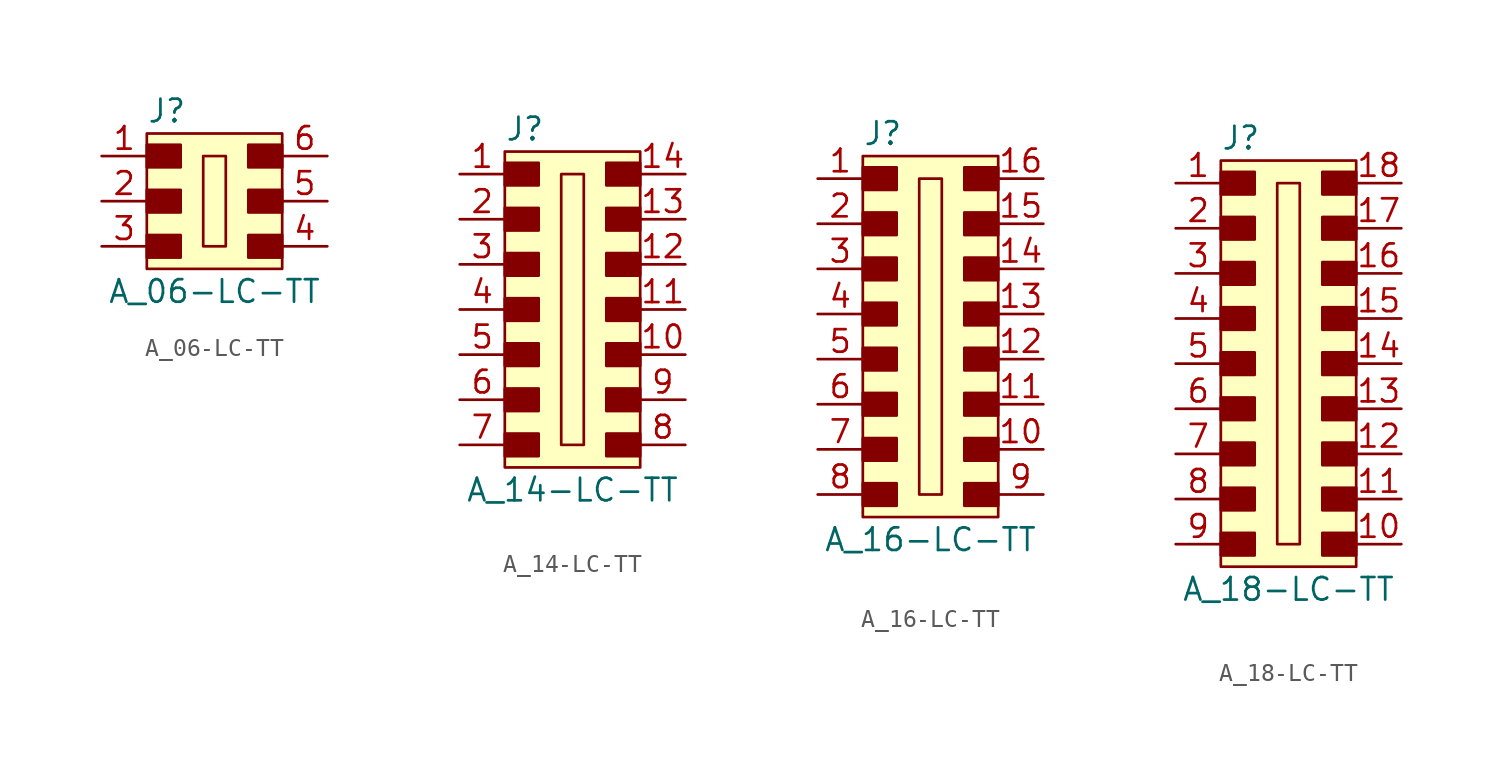
<source format=kicad_sym>
(kicad_symbol_lib
  (version 20220914)
  (generator kicad_symbol_editor)
  (symbol "A_06-LC-TT"
    (pin_names
      (offset 1.016))
    (property "Reference" "J"
      (at -3.81 5.08 0)
      (effects (font (size 1.27 1.27)) (justify left)))
    (property "Value" "A_06-LC-TT"
      (at 0 -5.08 0)
      (effects (font (size 1.27 1.27))))
    (symbol "A_06-LC-TT_1_1"
      (rectangle (start -3.81 -1.905) (end -1.905 -3.175) (stroke (width 0) (type default)) (fill (type outline)))
      (rectangle (start -3.81 0.635) (end -1.905 -0.635) (stroke (width 0) (type default)) (fill (type outline)))
      (rectangle (start -3.81 3.175) (end -1.905 1.905) (stroke (width 0) (type default)) (fill (type outline)))
      (rectangle (start -3.81 3.81) (end 3.81 -3.81) (stroke (width 0) (type default)) (fill (type background)))
      (rectangle (start -0.635 2.54) (end 0.635 -2.54) (stroke (width 0) (type default)) (fill (type none)))
      (rectangle (start 1.905 -1.905) (end 3.81 -3.175) (stroke (width 0) (type default)) (fill (type outline)))
      (rectangle (start 1.905 0.635) (end 3.81 -0.635) (stroke (width 0) (type default)) (fill (type outline)))
      (rectangle (start 1.905 3.175) (end 3.81 1.905) (stroke (width 0) (type default)) (fill (type outline)))
      (pin passive line (at -6.35 2.54 0) (length 2.54) (name "~" (effects (font (size 1.27 1.27)))) (number "1" (effects (font (size 1.27 1.27)))))
      (pin passive line (at -6.35 0 0) (length 2.54) (name "~" (effects (font (size 1.27 1.27)))) (number "2" (effects (font (size 1.27 1.27)))))
      (pin passive line (at -6.35 -2.54 0) (length 2.54) (name "~" (effects (font (size 1.27 1.27)))) (number "3" (effects (font (size 1.27 1.27)))))
      (pin passive line (at 6.35 -2.54 180) (length 2.54) (name "~" (effects (font (size 1.27 1.27)))) (number "4" (effects (font (size 1.27 1.27)))))
      (pin passive line (at 6.35 0 180) (length 2.54) (name "~" (effects (font (size 1.27 1.27)))) (number "5" (effects (font (size 1.27 1.27)))))
      (pin passive line (at 6.35 2.54 180) (length 2.54) (name "~" (effects (font (size 1.27 1.27)))) (number "6" (effects (font (size 1.27 1.27)))))))
  (symbol "A_14-LC-TT"
    (pin_names
      (offset 1.016))
    (property "Reference" "J"
      (at -3.81 7.62 0)
      (effects (font (size 1.27 1.27)) (justify left)))
    (property "Value" "A_14-LC-TT"
      (at 0 -12.7 0)
      (effects (font (size 1.27 1.27))))
    (symbol "A_14-LC-TT_1_1"
      (rectangle (start -3.81 -9.525) (end -1.905 -10.795) (stroke (width 0) (type default)) (fill (type outline)))
      (rectangle (start -3.81 -6.985) (end -1.905 -8.255) (stroke (width 0) (type default)) (fill (type outline)))
      (rectangle (start -3.81 -4.445) (end -1.905 -5.715) (stroke (width 0) (type default)) (fill (type outline)))
      (rectangle (start -3.81 -1.905) (end -1.905 -3.175) (stroke (width 0) (type default)) (fill (type outline)))
      (rectangle (start -3.81 0.635) (end -1.905 -0.635) (stroke (width 0) (type default)) (fill (type outline)))
      (rectangle (start -3.81 3.175) (end -1.905 1.905) (stroke (width 0) (type default)) (fill (type outline)))
      (rectangle (start -3.81 5.715) (end -1.905 4.445) (stroke (width 0) (type default)) (fill (type outline)))
      (rectangle (start -3.81 6.35) (end 3.81 -11.43) (stroke (width 0) (type default)) (fill (type background)))
      (rectangle (start -0.635 5.08) (end 0.635 -10.16) (stroke (width 0) (type default)) (fill (type none)))
      (rectangle (start 1.905 -9.525) (end 3.81 -10.795) (stroke (width 0) (type default)) (fill (type outline)))
      (rectangle (start 1.905 -6.985) (end 3.81 -8.255) (stroke (width 0) (type default)) (fill (type outline)))
      (rectangle (start 1.905 -4.445) (end 3.81 -5.715) (stroke (width 0) (type default)) (fill (type outline)))
      (rectangle (start 1.905 -1.905) (end 3.81 -3.175) (stroke (width 0) (type default)) (fill (type outline)))
      (rectangle (start 1.905 0.635) (end 3.81 -0.635) (stroke (width 0) (type default)) (fill (type outline)))
      (rectangle (start 1.905 3.175) (end 3.81 1.905) (stroke (width 0) (type default)) (fill (type outline)))
      (rectangle (start 1.905 5.715) (end 3.81 4.445) (stroke (width 0) (type default)) (fill (type outline)))
      (pin passive line (at -6.35 5.08 0) (length 2.54) (name "~" (effects (font (size 1.27 1.27)))) (number "1" (effects (font (size 1.27 1.27)))))
      (pin passive line (at 6.35 -5.08 180) (length 2.54) (name "~" (effects (font (size 1.27 1.27)))) (number "10" (effects (font (size 1.27 1.27)))))
      (pin passive line (at 6.35 -2.54 180) (length 2.54) (name "~" (effects (font (size 1.27 1.27)))) (number "11" (effects (font (size 1.27 1.27)))))
      (pin passive line (at 6.35 0 180) (length 2.54) (name "~" (effects (font (size 1.27 1.27)))) (number "12" (effects (font (size 1.27 1.27)))))
      (pin passive line (at 6.35 2.54 180) (length 2.54) (name "~" (effects (font (size 1.27 1.27)))) (number "13" (effects (font (size 1.27 1.27)))))
      (pin passive line (at 6.35 5.08 180) (length 2.54) (name "~" (effects (font (size 1.27 1.27)))) (number "14" (effects (font (size 1.27 1.27)))))
      (pin passive line (at -6.35 2.54 0) (length 2.54) (name "~" (effects (font (size 1.27 1.27)))) (number "2" (effects (font (size 1.27 1.27)))))
      (pin passive line (at -6.35 0 0) (length 2.54) (name "~" (effects (font (size 1.27 1.27)))) (number "3" (effects (font (size 1.27 1.27)))))
      (pin passive line (at -6.35 -2.54 0) (length 2.54) (name "~" (effects (font (size 1.27 1.27)))) (number "4" (effects (font (size 1.27 1.27)))))
      (pin passive line (at -6.35 -5.08 0) (length 2.54) (name "~" (effects (font (size 1.27 1.27)))) (number "5" (effects (font (size 1.27 1.27)))))
      (pin passive line (at -6.35 -7.62 0) (length 2.54) (name "~" (effects (font (size 1.27 1.27)))) (number "6" (effects (font (size 1.27 1.27)))))
      (pin passive line (at -6.35 -10.16 0) (length 2.54) (name "~" (effects (font (size 1.27 1.27)))) (number "7" (effects (font (size 1.27 1.27)))))
      (pin passive line (at 6.35 -10.16 180) (length 2.54) (name "~" (effects (font (size 1.27 1.27)))) (number "8" (effects (font (size 1.27 1.27)))))
      (pin passive line (at 6.35 -7.62 180) (length 2.54) (name "~" (effects (font (size 1.27 1.27)))) (number "9" (effects (font (size 1.27 1.27)))))))
  (symbol "A_16-LC-TT"
    (pin_names
      (offset 1.016))
    (property "Reference" "J"
      (at -3.81 11.43 0)
      (effects (font (size 1.27 1.27)) (justify left)))
    (property "Value" "A_16-LC-TT"
      (at 0 -11.43 0)
      (effects (font (size 1.27 1.27))))
    (symbol "A_16-LC-TT_1_1"
      (rectangle (start -3.81 -8.255) (end -1.905 -9.525) (stroke (width 0) (type default)) (fill (type outline)))
      (rectangle (start -3.81 -5.715) (end -1.905 -6.985) (stroke (width 0) (type default)) (fill (type outline)))
      (rectangle (start -3.81 -3.175) (end -1.905 -4.445) (stroke (width 0) (type default)) (fill (type outline)))
      (rectangle (start -3.81 -0.635) (end -1.905 -1.905) (stroke (width 0) (type default)) (fill (type outline)))
      (rectangle (start -3.81 1.905) (end -1.905 0.635) (stroke (width 0) (type default)) (fill (type outline)))
      (rectangle (start -3.81 4.445) (end -1.905 3.175) (stroke (width 0) (type default)) (fill (type outline)))
      (rectangle (start -3.81 6.985) (end -1.905 5.715) (stroke (width 0) (type default)) (fill (type outline)))
      (rectangle (start -3.81 9.525) (end -1.905 8.255) (stroke (width 0) (type default)) (fill (type outline)))
      (rectangle (start -3.81 10.16) (end 3.81 -10.16) (stroke (width 0) (type default)) (fill (type background)))
      (rectangle (start -0.635 8.89) (end 0.635 -8.89) (stroke (width 0) (type default)) (fill (type none)))
      (rectangle (start 1.905 -8.255) (end 3.81 -9.525) (stroke (width 0) (type default)) (fill (type outline)))
      (rectangle (start 1.905 -5.715) (end 3.81 -6.985) (stroke (width 0) (type default)) (fill (type outline)))
      (rectangle (start 1.905 -3.175) (end 3.81 -4.445) (stroke (width 0) (type default)) (fill (type outline)))
      (rectangle (start 1.905 -0.635) (end 3.81 -1.905) (stroke (width 0) (type default)) (fill (type outline)))
      (rectangle (start 1.905 1.905) (end 3.81 0.635) (stroke (width 0) (type default)) (fill (type outline)))
      (rectangle (start 1.905 4.445) (end 3.81 3.175) (stroke (width 0) (type default)) (fill (type outline)))
      (rectangle (start 1.905 6.985) (end 3.81 5.715) (stroke (width 0) (type default)) (fill (type outline)))
      (rectangle (start 1.905 9.525) (end 3.81 8.255) (stroke (width 0) (type default)) (fill (type outline)))
      (pin passive line (at -6.35 8.89 0) (length 2.54) (name "~" (effects (font (size 1.27 1.27)))) (number "1" (effects (font (size 1.27 1.27)))))
      (pin passive line (at 6.35 -6.35 180) (length 2.54) (name "~" (effects (font (size 1.27 1.27)))) (number "10" (effects (font (size 1.27 1.27)))))
      (pin passive line (at 6.35 -3.81 180) (length 2.54) (name "~" (effects (font (size 1.27 1.27)))) (number "11" (effects (font (size 1.27 1.27)))))
      (pin passive line (at 6.35 -1.27 180) (length 2.54) (name "~" (effects (font (size 1.27 1.27)))) (number "12" (effects (font (size 1.27 1.27)))))
      (pin passive line (at 6.35 1.27 180) (length 2.54) (name "~" (effects (font (size 1.27 1.27)))) (number "13" (effects (font (size 1.27 1.27)))))
      (pin passive line (at 6.35 3.81 180) (length 2.54) (name "~" (effects (font (size 1.27 1.27)))) (number "14" (effects (font (size 1.27 1.27)))))
      (pin passive line (at 6.35 6.35 180) (length 2.54) (name "~" (effects (font (size 1.27 1.27)))) (number "15" (effects (font (size 1.27 1.27)))))
      (pin passive line (at 6.35 8.89 180) (length 2.54) (name "~" (effects (font (size 1.27 1.27)))) (number "16" (effects (font (size 1.27 1.27)))))
      (pin passive line (at -6.35 6.35 0) (length 2.54) (name "~" (effects (font (size 1.27 1.27)))) (number "2" (effects (font (size 1.27 1.27)))))
      (pin passive line (at -6.35 3.81 0) (length 2.54) (name "~" (effects (font (size 1.27 1.27)))) (number "3" (effects (font (size 1.27 1.27)))))
      (pin passive line (at -6.35 1.27 0) (length 2.54) (name "~" (effects (font (size 1.27 1.27)))) (number "4" (effects (font (size 1.27 1.27)))))
      (pin passive line (at -6.35 -1.27 0) (length 2.54) (name "~" (effects (font (size 1.27 1.27)))) (number "5" (effects (font (size 1.27 1.27)))))
      (pin passive line (at -6.35 -3.81 0) (length 2.54) (name "~" (effects (font (size 1.27 1.27)))) (number "6" (effects (font (size 1.27 1.27)))))
      (pin passive line (at -6.35 -6.35 0) (length 2.54) (name "~" (effects (font (size 1.27 1.27)))) (number "7" (effects (font (size 1.27 1.27)))))
      (pin passive line (at -6.35 -8.89 0) (length 2.54) (name "~" (effects (font (size 1.27 1.27)))) (number "8" (effects (font (size 1.27 1.27)))))
      (pin passive line (at 6.35 -8.89 180) (length 2.54) (name "~" (effects (font (size 1.27 1.27)))) (number "9" (effects (font (size 1.27 1.27)))))))
  (symbol "A_18-LC-TT"
    (pin_names
      (offset 1.016))
    (property "Reference" "J"
      (at -3.81 10.16 0)
      (effects (font (size 1.27 1.27)) (justify left)))
    (property "Value" "A_18-LC-TT"
      (at 0 -15.24 0)
      (effects (font (size 1.27 1.27))))
    (symbol "A_18-LC-TT_1_1"
      (rectangle (start -3.81 -12.065) (end -1.905 -13.335) (stroke (width 0) (type default)) (fill (type outline)))
      (rectangle (start -3.81 -9.525) (end -1.905 -10.795) (stroke (width 0) (type default)) (fill (type outline)))
      (rectangle (start -3.81 -6.985) (end -1.905 -8.255) (stroke (width 0) (type default)) (fill (type outline)))
      (rectangle (start -3.81 -4.445) (end -1.905 -5.715) (stroke (width 0) (type default)) (fill (type outline)))
      (rectangle (start -3.81 -1.905) (end -1.905 -3.175) (stroke (width 0) (type default)) (fill (type outline)))
      (rectangle (start -3.81 0.635) (end -1.905 -0.635) (stroke (width 0) (type default)) (fill (type outline)))
      (rectangle (start -3.81 3.175) (end -1.905 1.905) (stroke (width 0) (type default)) (fill (type outline)))
      (rectangle (start -3.81 5.715) (end -1.905 4.445) (stroke (width 0) (type default)) (fill (type outline)))
      (rectangle (start -3.81 8.255) (end -1.905 6.985) (stroke (width 0) (type default)) (fill (type outline)))
      (rectangle (start -3.81 8.89) (end 3.81 -13.97) (stroke (width 0) (type default)) (fill (type background)))
      (rectangle (start -0.635 7.62) (end 0.635 -12.7) (stroke (width 0) (type default)) (fill (type none)))
      (rectangle (start 1.905 -12.065) (end 3.81 -13.335) (stroke (width 0) (type default)) (fill (type outline)))
      (rectangle (start 1.905 -9.525) (end 3.81 -10.795) (stroke (width 0) (type default)) (fill (type outline)))
      (rectangle (start 1.905 -6.985) (end 3.81 -8.255) (stroke (width 0) (type default)) (fill (type outline)))
      (rectangle (start 1.905 -4.445) (end 3.81 -5.715) (stroke (width 0) (type default)) (fill (type outline)))
      (rectangle (start 1.905 -1.905) (end 3.81 -3.175) (stroke (width 0) (type default)) (fill (type outline)))
      (rectangle (start 1.905 0.635) (end 3.81 -0.635) (stroke (width 0) (type default)) (fill (type outline)))
      (rectangle (start 1.905 3.175) (end 3.81 1.905) (stroke (width 0) (type default)) (fill (type outline)))
      (rectangle (start 1.905 5.715) (end 3.81 4.445) (stroke (width 0) (type default)) (fill (type outline)))
      (rectangle (start 1.905 8.255) (end 3.81 6.985) (stroke (width 0) (type default)) (fill (type outline)))
      (pin passive line (at -6.35 7.62 0) (length 2.54) (name "~" (effects (font (size 1.27 1.27)))) (number "1" (effects (font (size 1.27 1.27)))))
      (pin passive line (at 6.35 -12.7 180) (length 2.54) (name "~" (effects (font (size 1.27 1.27)))) (number "10" (effects (font (size 1.27 1.27)))))
      (pin passive line (at 6.35 -10.16 180) (length 2.54) (name "~" (effects (font (size 1.27 1.27)))) (number "11" (effects (font (size 1.27 1.27)))))
      (pin passive line (at 6.35 -7.62 180) (length 2.54) (name "~" (effects (font (size 1.27 1.27)))) (number "12" (effects (font (size 1.27 1.27)))))
      (pin passive line (at 6.35 -5.08 180) (length 2.54) (name "~" (effects (font (size 1.27 1.27)))) (number "13" (effects (font (size 1.27 1.27)))))
      (pin passive line (at 6.35 -2.54 180) (length 2.54) (name "~" (effects (font (size 1.27 1.27)))) (number "14" (effects (font (size 1.27 1.27)))))
      (pin passive line (at 6.35 0 180) (length 2.54) (name "~" (effects (font (size 1.27 1.27)))) (number "15" (effects (font (size 1.27 1.27)))))
      (pin passive line (at 6.35 2.54 180) (length 2.54) (name "~" (effects (font (size 1.27 1.27)))) (number "16" (effects (font (size 1.27 1.27)))))
      (pin passive line (at 6.35 5.08 180) (length 2.54) (name "~" (effects (font (size 1.27 1.27)))) (number "17" (effects (font (size 1.27 1.27)))))
      (pin passive line (at 6.35 7.62 180) (length 2.54) (name "~" (effects (font (size 1.27 1.27)))) (number "18" (effects (font (size 1.27 1.27)))))
      (pin passive line (at -6.35 5.08 0) (length 2.54) (name "~" (effects (font (size 1.27 1.27)))) (number "2" (effects (font (size 1.27 1.27)))))
      (pin passive line (at -6.35 2.54 0) (length 2.54) (name "~" (effects (font (size 1.27 1.27)))) (number "3" (effects (font (size 1.27 1.27)))))
      (pin passive line (at -6.35 0 0) (length 2.54) (name "~" (effects (font (size 1.27 1.27)))) (number "4" (effects (font (size 1.27 1.27)))))
      (pin passive line (at -6.35 -2.54 0) (length 2.54) (name "~" (effects (font (size 1.27 1.27)))) (number "5" (effects (font (size 1.27 1.27)))))
      (pin passive line (at -6.35 -5.08 0) (length 2.54) (name "~" (effects (font (size 1.27 1.27)))) (number "6" (effects (font (size 1.27 1.27)))))
      (pin passive line (at -6.35 -7.62 0) (length 2.54) (name "~" (effects (font (size 1.27 1.27)))) (number "7" (effects (font (size 1.27 1.27)))))
      (pin passive line (at -6.35 -10.16 0) (length 2.54) (name "~" (effects (font (size 1.27 1.27)))) (number "8" (effects (font (size 1.27 1.27)))))
      (pin passive line (at -6.35 -12.7 0) (length 2.54) (name "~" (effects (font (size 1.27 1.27)))) (number "9" (effects (font (size 1.27 1.27))))))))
</source>
